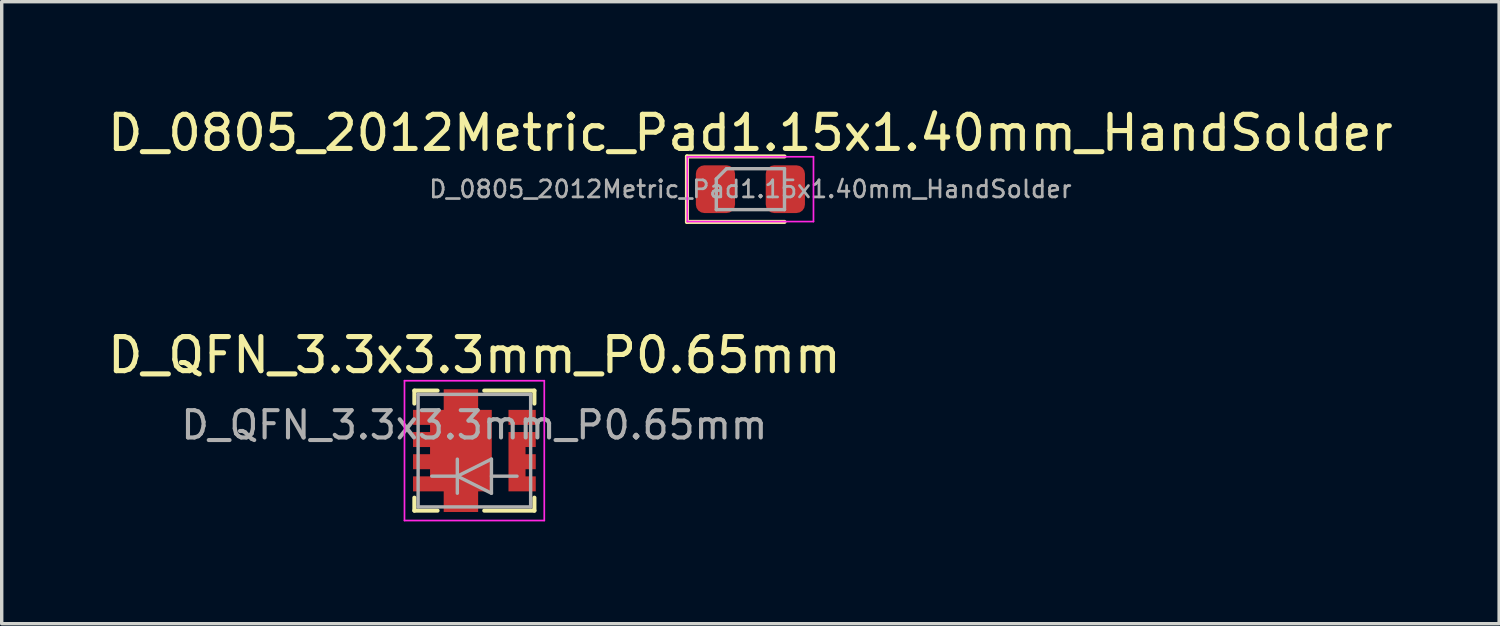
<source format=kicad_pcb>
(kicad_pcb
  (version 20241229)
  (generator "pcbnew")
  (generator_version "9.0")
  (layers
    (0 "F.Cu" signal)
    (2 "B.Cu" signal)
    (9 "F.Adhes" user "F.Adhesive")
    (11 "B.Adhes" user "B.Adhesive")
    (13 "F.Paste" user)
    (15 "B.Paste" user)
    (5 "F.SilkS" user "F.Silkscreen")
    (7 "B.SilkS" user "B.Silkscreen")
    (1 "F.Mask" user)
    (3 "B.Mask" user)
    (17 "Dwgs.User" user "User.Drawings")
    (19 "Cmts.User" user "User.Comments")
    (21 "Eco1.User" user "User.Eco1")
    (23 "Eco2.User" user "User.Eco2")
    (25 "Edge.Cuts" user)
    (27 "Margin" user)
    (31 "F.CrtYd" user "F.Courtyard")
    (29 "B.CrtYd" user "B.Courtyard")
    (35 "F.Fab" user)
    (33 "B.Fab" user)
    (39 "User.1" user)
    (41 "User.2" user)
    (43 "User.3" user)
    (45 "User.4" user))
  (footprint "D_0805_2012Metric_Pad1.15x1.40mm_HandSolder"
    (layer "F.Cu")
    (at 18.958 2.498)
    (property "Reference" "D_0805_2012Metric_Pad1.15x1.40mm_HandSolder" (at 0 -1.65 0) (layer "F.SilkS") (effects (font (size 1 1) (thickness 0.15))))
    (attr smd)
    (fp_line (start -1.86 -0.96) (end -1.86 0.96) (stroke (width 0.12) (type solid)) (layer "F.SilkS"))
    (fp_line (start -1.86 0.96) (end 1 0.96) (stroke (width 0.12) (type solid)) (layer "F.SilkS"))
    (fp_line (start 1 -0.96) (end -1.86 -0.96) (stroke (width 0.12) (type solid)) (layer "F.SilkS"))
    (fp_line (start -1.85 -0.95) (end 1.85 -0.95) (stroke (width 0.05) (type solid)) (layer "F.CrtYd"))
    (fp_line (start -1.85 0.95) (end -1.85 -0.95) (stroke (width 0.05) (type solid)) (layer "F.CrtYd"))
    (fp_line (start 1.85 -0.95) (end 1.85 0.95) (stroke (width 0.05) (type solid)) (layer "F.CrtYd"))
    (fp_line (start 1.85 0.95) (end -1.85 0.95) (stroke (width 0.05) (type solid)) (layer "F.CrtYd"))
    (fp_line (start -1 -0.3) (end -1 0.6) (stroke (width 0.1) (type solid)) (layer "F.Fab"))
    (fp_line (start -1 0.6) (end 1 0.6) (stroke (width 0.1) (type solid)) (layer "F.Fab"))
    (fp_line (start -0.7 -0.6) (end -1 -0.3) (stroke (width 0.1) (type solid)) (layer "F.Fab"))
    (fp_line (start 1 -0.6) (end -0.7 -0.6) (stroke (width 0.1) (type solid)) (layer "F.Fab"))
    (fp_line (start 1 0.6) (end 1 -0.6) (stroke (width 0.1) (type solid)) (layer "F.Fab"))
    (fp_text user "${REFERENCE}" (at 0 0 0) (layer "F.Fab") (effects (font (size 0.5 0.5) (thickness 0.08))))
    (pad "1" smd roundrect (at -1.025 0) (size 1.15 1.4) (layers "F.Cu" "F.Mask" "F.Paste") (roundrect_rratio 0.217))
    (pad "2" smd roundrect (at 1.025 0) (size 1.15 1.4) (layers "F.Cu" "F.Mask" "F.Paste") (roundrect_rratio 0.217)))
  (footprint "D_QFN_3.3x3.3mm_P0.65mm"
    (layer "F.Cu")
    (at 10.863 10.166)
    (property "Reference" "D_QFN_3.3x3.3mm_P0.65mm" (at 0 -2.8 0) (layer "F.SilkS") (effects (font (size 1 1) (thickness 0.15))))
    (attr smd)
    (fp_line (start -1.76 -1.76) (end -1.76 -1.38) (stroke (width 0.12) (type solid)) (layer "F.SilkS"))
    (fp_line (start -1.76 -1.76) (end -1.08 -1.76) (stroke (width 0.12) (type solid)) (layer "F.SilkS"))
    (fp_line (start -1.76 1.76) (end -1.76 1.38) (stroke (width 0.12) (type solid)) (layer "F.SilkS"))
    (fp_line (start -1.76 1.76) (end -1.08 1.76) (stroke (width 0.12) (type solid)) (layer "F.SilkS"))
    (fp_line (start 0.29 -1.76) (end 1.76 -1.76) (stroke (width 0.12) (type solid)) (layer "F.SilkS"))
    (fp_line (start 0.29 1.76) (end 1.76 1.76) (stroke (width 0.12) (type solid)) (layer "F.SilkS"))
    (fp_line (start 1.76 -1.76) (end 1.76 -1.38) (stroke (width 0.12) (type solid)) (layer "F.SilkS"))
    (fp_line (start 1.76 1.76) (end 1.76 1.38) (stroke (width 0.12) (type solid)) (layer "F.SilkS"))
    (fp_line (start -2.05 -2.05) (end 2.05 -2.05) (stroke (width 0.05) (type solid)) (layer "F.CrtYd"))
    (fp_line (start -2.05 2.05) (end -2.05 -2.05) (stroke (width 0.05) (type solid)) (layer "F.CrtYd"))
    (fp_line (start -2.05 2.05) (end 2.05 2.05) (stroke (width 0.05) (type solid)) (layer "F.CrtYd"))
    (fp_line (start 2.05 2.05) (end 2.05 -2.05) (stroke (width 0.05) (type solid)) (layer "F.CrtYd"))
    (fp_line (start -1.65 -1.65) (end 1.65 -1.65) (stroke (width 0.1) (type solid)) (layer "F.Fab"))
    (fp_line (start -1.65 1.65) (end -1.65 -1.65) (stroke (width 0.1) (type solid)) (layer "F.Fab"))
    (fp_line (start -0.5 0.25) (end -0.5 1.25) (stroke (width 0.1) (type solid)) (layer "F.Fab"))
    (fp_line (start -0.5 0.75) (end -1.25 0.75) (stroke (width 0.1) (type solid)) (layer "F.Fab"))
    (fp_line (start -0.5 0.75) (end 0.5 0.25) (stroke (width 0.1) (type solid)) (layer "F.Fab"))
    (fp_line (start 0.5 0.25) (end 0.5 1.25) (stroke (width 0.1) (type solid)) (layer "F.Fab"))
    (fp_line (start 0.5 0.75) (end 1.25 0.75) (stroke (width 0.1) (type solid)) (layer "F.Fab"))
    (fp_line (start 0.5 1.25) (end -0.5 0.75) (stroke (width 0.1) (type solid)) (layer "F.Fab"))
    (fp_line (start 1.65 -1.65) (end 1.65 1.65) (stroke (width 0.1) (type solid)) (layer "F.Fab"))
    (fp_line (start 1.65 1.65) (end -1.65 1.65) (stroke (width 0.1) (type solid)) (layer "F.Fab"))
    (fp_text user "${REFERENCE}" (at 0 -0.75 0) (layer "F.Fab") (effects (font (size 0.8 0.8) (thickness 0.12))))
    (pad "" smd rect (at 1.4 -0.975) (size 0.8 0.44) (layers "F.Cu" "F.Mask" "F.Paste"))
    (pad "1" smd custom (at -0.645 0) (size 0.5 0.5) (layers "F.Cu" "F.Mask" "F.Paste") (options (anchor rect)) (primitives (gr_poly (pts (xy 1.155 -1.195) (xy 0.755 -1.195) (xy 0.755 -1.8) (xy -0.255 -1.8) (xy -0.255 -1.195) (xy -1.155 -1.195) (xy -1.155 -0.755) (xy -0.655 -0.755) (xy -0.655 -0.545) (xy -1.155 -0.545) (xy -1.155 -0.105) (xy -0.655 -0.105) (xy -0.655 0.105) (xy -1.155 0.105) (xy -1.155 0.545) (xy -0.655 0.545) (xy -0.655 0.755) (xy -1.155 0.755) (xy -1.155 1.195) (xy -0.255 1.195) (xy -0.255 1.8) (xy 0.755 1.8) (xy 0.755 1.195) (xy 1.155 1.195)) (width 0) (fill yes))))
    (pad "2" smd custom (at 1.4 0.325) (size 0.4 0.4) (layers "F.Cu" "F.Mask" "F.Paste") (options (anchor rect)) (primitives (gr_poly (pts (xy -0.4 -0.87) (xy 0.4 -0.87) (xy 0.4 -0.43) (xy 0.1 -0.43) (xy 0.1 -0.22) (xy 0.4 -0.22) (xy 0.4 0.22) (xy 0.1 0.22) (xy 0.1 0.43) (xy 0.4 0.43) (xy 0.4 0.87) (xy -0.4 0.87)) (width 0) (fill yes)))))
  (gr_rect
    (start -3 -3)
    (end 40.917 15.242)
    (stroke (width 0.1) (type default))
    (fill no)
    (layer "Edge.Cuts")))
</source>
